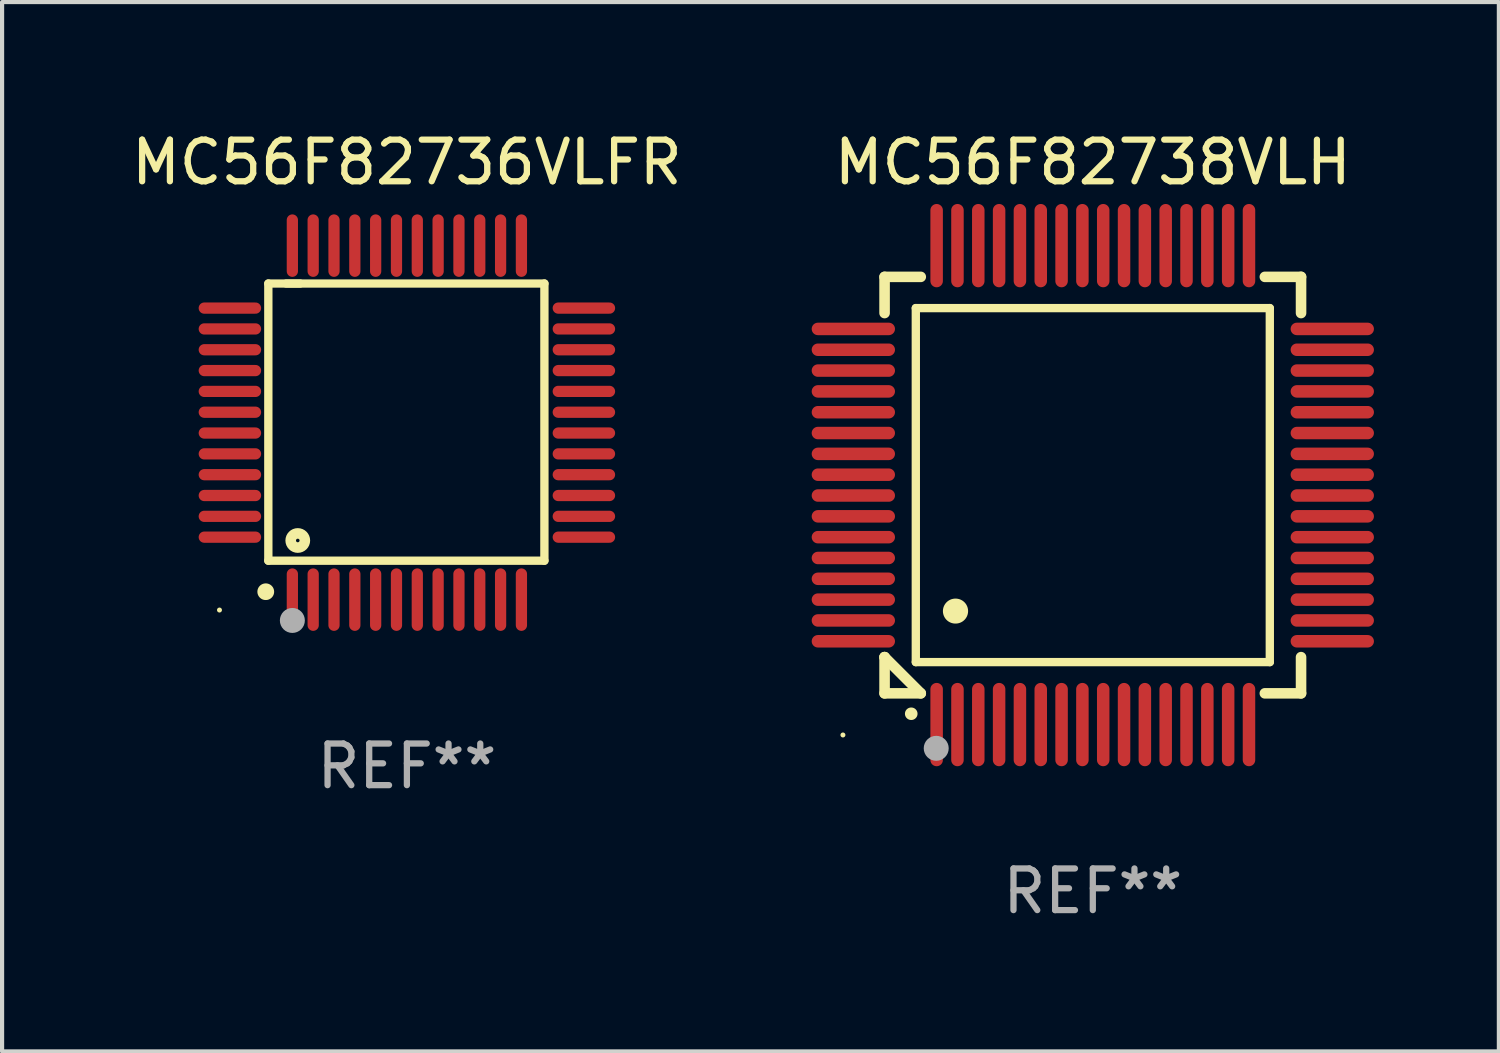
<source format=kicad_pcb>
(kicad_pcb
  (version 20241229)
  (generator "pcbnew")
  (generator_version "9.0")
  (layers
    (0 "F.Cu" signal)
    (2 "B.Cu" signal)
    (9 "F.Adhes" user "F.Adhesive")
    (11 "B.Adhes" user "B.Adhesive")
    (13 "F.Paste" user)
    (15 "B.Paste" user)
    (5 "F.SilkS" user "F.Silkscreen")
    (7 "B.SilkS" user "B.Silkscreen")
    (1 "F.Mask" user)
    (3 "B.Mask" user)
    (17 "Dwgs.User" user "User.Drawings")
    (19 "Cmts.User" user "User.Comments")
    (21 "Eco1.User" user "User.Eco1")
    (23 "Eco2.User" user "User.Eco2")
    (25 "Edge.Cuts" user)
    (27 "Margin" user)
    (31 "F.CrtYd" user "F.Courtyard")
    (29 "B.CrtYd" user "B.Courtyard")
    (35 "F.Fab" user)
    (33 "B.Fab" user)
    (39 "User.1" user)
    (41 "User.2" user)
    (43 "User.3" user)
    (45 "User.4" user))
  (footprint "MC56F82738VLH"
    (layer "F.Cu")
    (at 23.19 8.598)
    (property "Reference" "MC56F82738VLH" (at 0 -7.75 0) (layer "F.SilkS") (effects (font (size 1 1) (thickness 0.15))))
    (attr through_hole)
    (fp_line (start -5 -5) (end -4.131 -5) (stroke (width 0.254) (type solid)) (layer "F.SilkS"))
    (fp_line (start -5 -4.131) (end -5 -5) (stroke (width 0.254) (type solid)) (layer "F.SilkS"))
    (fp_line (start -5 4.131) (end -5 4.131) (stroke (width 0.254) (type solid)) (layer "F.SilkS"))
    (fp_line (start -5 5) (end -5 4.131) (stroke (width 0.254) (type solid)) (layer "F.SilkS"))
    (fp_line (start -5 4.131) (end -4.131 5) (stroke (width 0.254) (type solid)) (layer "F.SilkS"))
    (fp_line (start -4.25 -4.25) (end -4.25 4.25) (stroke (width 0.2) (type solid)) (layer "F.SilkS"))
    (fp_line (start -4.25 4.25) (end 4.25 4.25) (stroke (width 0.2) (type solid)) (layer "F.SilkS"))
    (fp_line (start -4.131 5) (end -5 5) (stroke (width 0.254) (type solid)) (layer "F.SilkS"))
    (fp_line (start 4.25 -4.25) (end -4.25 -4.25) (stroke (width 0.2) (type solid)) (layer "F.SilkS"))
    (fp_line (start 4.25 4.25) (end 4.25 -4.25) (stroke (width 0.2) (type solid)) (layer "F.SilkS"))
    (fp_line (start 5 -5) (end 4.131 -5) (stroke (width 0.254) (type solid)) (layer "F.SilkS"))
    (fp_line (start 5 -5) (end 5 -4.131) (stroke (width 0.254) (type solid)) (layer "F.SilkS"))
    (fp_line (start 5 4.131) (end 5 5) (stroke (width 0.254) (type solid)) (layer "F.SilkS"))
    (fp_line (start 5 5) (end 4.131 5) (stroke (width 0.254) (type solid)) (layer "F.SilkS"))
    (fp_arc (start -4.361265 5.489992) (mid -4.359995 5.489987) (end -4.358725 5.489992) (stroke (width 0.3) (type solid)) (layer "F.SilkS"))
    (fp_arc (start -3.299467 3.025146) (mid -3.296927 3.025135) (end -3.294387 3.025146) (stroke (width 0.6) (type solid)) (layer "F.SilkS"))
    (fp_circle (center -6 6) (end -5.97 6) (stroke (width 0.06) (type solid)) (fill no) (layer "F.SilkS"))
    (fp_circle (center -3.76 6.32) (end -3.61 6.32) (stroke (width 0.3) (type solid)) (fill no) (layer "F.Fab"))
    (fp_text user "REF**" (at 0 9.75 0) (layer "F.Fab") (effects (font (size 1 1) (thickness 0.15))))
    (pad "1" smd oval (at -3.75 5.75) (size 0.3 2) (layers "F.Cu" "F.Mask" "F.Paste"))
    (pad "2" smd oval (at -3.25 5.75) (size 0.3 2) (layers "F.Cu" "F.Mask" "F.Paste"))
    (pad "3" smd oval (at -2.75 5.75) (size 0.3 2) (layers "F.Cu" "F.Mask" "F.Paste"))
    (pad "4" smd oval (at -2.25 5.75) (size 0.3 2) (layers "F.Cu" "F.Mask" "F.Paste"))
    (pad "5" smd oval (at -1.75 5.75) (size 0.3 2) (layers "F.Cu" "F.Mask" "F.Paste"))
    (pad "6" smd oval (at -1.25 5.75) (size 0.3 2) (layers "F.Cu" "F.Mask" "F.Paste"))
    (pad "7" smd oval (at -0.75 5.75) (size 0.3 2) (layers "F.Cu" "F.Mask" "F.Paste"))
    (pad "8" smd oval (at -0.25 5.75) (size 0.3 2) (layers "F.Cu" "F.Mask" "F.Paste"))
    (pad "9" smd oval (at 0.25 5.75) (size 0.3 2) (layers "F.Cu" "F.Mask" "F.Paste"))
    (pad "10" smd oval (at 0.75 5.75) (size 0.3 2) (layers "F.Cu" "F.Mask" "F.Paste"))
    (pad "11" smd oval (at 1.25 5.75) (size 0.3 2) (layers "F.Cu" "F.Mask" "F.Paste"))
    (pad "12" smd oval (at 1.75 5.75) (size 0.3 2) (layers "F.Cu" "F.Mask" "F.Paste"))
    (pad "13" smd oval (at 2.25 5.75) (size 0.3 2) (layers "F.Cu" "F.Mask" "F.Paste"))
    (pad "14" smd oval (at 2.75 5.75) (size 0.3 2) (layers "F.Cu" "F.Mask" "F.Paste"))
    (pad "15" smd oval (at 3.25 5.75) (size 0.3 2) (layers "F.Cu" "F.Mask" "F.Paste"))
    (pad "16" smd oval (at 3.75 5.75) (size 0.3 2) (layers "F.Cu" "F.Mask" "F.Paste"))
    (pad "17" smd oval (at 5.75 3.75) (size 2 0.3) (layers "F.Cu" "F.Mask" "F.Paste"))
    (pad "18" smd oval (at 5.75 3.25) (size 2 0.3) (layers "F.Cu" "F.Mask" "F.Paste"))
    (pad "19" smd oval (at 5.75 2.75) (size 2 0.3) (layers "F.Cu" "F.Mask" "F.Paste"))
    (pad "20" smd oval (at 5.75 2.25) (size 2 0.3) (layers "F.Cu" "F.Mask" "F.Paste"))
    (pad "21" smd oval (at 5.75 1.75) (size 2 0.3) (layers "F.Cu" "F.Mask" "F.Paste"))
    (pad "22" smd oval (at 5.75 1.25) (size 2 0.3) (layers "F.Cu" "F.Mask" "F.Paste"))
    (pad "23" smd oval (at 5.75 0.75) (size 2 0.3) (layers "F.Cu" "F.Mask" "F.Paste"))
    (pad "24" smd oval (at 5.75 0.25) (size 2 0.3) (layers "F.Cu" "F.Mask" "F.Paste"))
    (pad "25" smd oval (at 5.75 -0.25) (size 2 0.3) (layers "F.Cu" "F.Mask" "F.Paste"))
    (pad "26" smd oval (at 5.75 -0.75) (size 2 0.3) (layers "F.Cu" "F.Mask" "F.Paste"))
    (pad "27" smd oval (at 5.75 -1.25) (size 2 0.3) (layers "F.Cu" "F.Mask" "F.Paste"))
    (pad "28" smd oval (at 5.75 -1.75) (size 2 0.3) (layers "F.Cu" "F.Mask" "F.Paste"))
    (pad "29" smd oval (at 5.75 -2.25) (size 2 0.3) (layers "F.Cu" "F.Mask" "F.Paste"))
    (pad "30" smd oval (at 5.75 -2.75) (size 2 0.3) (layers "F.Cu" "F.Mask" "F.Paste"))
    (pad "31" smd oval (at 5.75 -3.25) (size 2 0.3) (layers "F.Cu" "F.Mask" "F.Paste"))
    (pad "32" smd oval (at 5.75 -3.75) (size 2 0.3) (layers "F.Cu" "F.Mask" "F.Paste"))
    (pad "33" smd oval (at 3.75 -5.75) (size 0.3 2) (layers "F.Cu" "F.Mask" "F.Paste"))
    (pad "34" smd oval (at 3.25 -5.75) (size 0.3 2) (layers "F.Cu" "F.Mask" "F.Paste"))
    (pad "35" smd oval (at 2.75 -5.75) (size 0.3 2) (layers "F.Cu" "F.Mask" "F.Paste"))
    (pad "36" smd oval (at 2.25 -5.75) (size 0.3 2) (layers "F.Cu" "F.Mask" "F.Paste"))
    (pad "37" smd oval (at 1.75 -5.75) (size 0.3 2) (layers "F.Cu" "F.Mask" "F.Paste"))
    (pad "38" smd oval (at 1.25 -5.75) (size 0.3 2) (layers "F.Cu" "F.Mask" "F.Paste"))
    (pad "39" smd oval (at 0.75 -5.75) (size 0.3 2) (layers "F.Cu" "F.Mask" "F.Paste"))
    (pad "40" smd oval (at 0.25 -5.75) (size 0.3 2) (layers "F.Cu" "F.Mask" "F.Paste"))
    (pad "41" smd oval (at -0.25 -5.75) (size 0.3 2) (layers "F.Cu" "F.Mask" "F.Paste"))
    (pad "42" smd oval (at -0.75 -5.75) (size 0.3 2) (layers "F.Cu" "F.Mask" "F.Paste"))
    (pad "43" smd oval (at -1.25 -5.75) (size 0.3 2) (layers "F.Cu" "F.Mask" "F.Paste"))
    (pad "44" smd oval (at -1.75 -5.75) (size 0.3 2) (layers "F.Cu" "F.Mask" "F.Paste"))
    (pad "45" smd oval (at -2.25 -5.75) (size 0.3 2) (layers "F.Cu" "F.Mask" "F.Paste"))
    (pad "46" smd oval (at -2.75 -5.75) (size 0.3 2) (layers "F.Cu" "F.Mask" "F.Paste"))
    (pad "47" smd oval (at -3.25 -5.75) (size 0.3 2) (layers "F.Cu" "F.Mask" "F.Paste"))
    (pad "48" smd oval (at -3.75 -5.75) (size 0.3 2) (layers "F.Cu" "F.Mask" "F.Paste"))
    (pad "49" smd oval (at -5.75 -3.75) (size 2 0.3) (layers "F.Cu" "F.Mask" "F.Paste"))
    (pad "50" smd oval (at -5.75 -3.25) (size 2 0.3) (layers "F.Cu" "F.Mask" "F.Paste"))
    (pad "51" smd oval (at -5.75 -2.75) (size 2 0.3) (layers "F.Cu" "F.Mask" "F.Paste"))
    (pad "52" smd oval (at -5.75 -2.25) (size 2 0.3) (layers "F.Cu" "F.Mask" "F.Paste"))
    (pad "53" smd oval (at -5.75 -1.75) (size 2 0.3) (layers "F.Cu" "F.Mask" "F.Paste"))
    (pad "54" smd oval (at -5.75 -1.25) (size 2 0.3) (layers "F.Cu" "F.Mask" "F.Paste"))
    (pad "55" smd oval (at -5.75 -0.75) (size 2 0.3) (layers "F.Cu" "F.Mask" "F.Paste"))
    (pad "56" smd oval (at -5.75 -0.25) (size 2 0.3) (layers "F.Cu" "F.Mask" "F.Paste"))
    (pad "57" smd oval (at -5.75 0.25) (size 2 0.3) (layers "F.Cu" "F.Mask" "F.Paste"))
    (pad "58" smd oval (at -5.75 0.75) (size 2 0.3) (layers "F.Cu" "F.Mask" "F.Paste"))
    (pad "59" smd oval (at -5.75 1.25) (size 2 0.3) (layers "F.Cu" "F.Mask" "F.Paste"))
    (pad "60" smd oval (at -5.75 1.75) (size 2 0.3) (layers "F.Cu" "F.Mask" "F.Paste"))
    (pad "61" smd oval (at -5.75 2.25) (size 2 0.3) (layers "F.Cu" "F.Mask" "F.Paste"))
    (pad "62" smd oval (at -5.75 2.75) (size 2 0.3) (layers "F.Cu" "F.Mask" "F.Paste"))
    (pad "63" smd oval (at -5.75 3.25) (size 2 0.3) (layers "F.Cu" "F.Mask" "F.Paste"))
    (pad "64" smd oval (at -5.75 3.75) (size 2 0.3) (layers "F.Cu" "F.Mask" "F.Paste")))
  (footprint "MC56F82736VLFR"
    (layer "F.Cu")
    (at 6.72 7.098)
    (property "Reference" "MC56F82736VLFR" (at 0 -6.25 0) (layer "F.SilkS") (effects (font (size 1 1) (thickness 0.15))))
    (attr through_hole)
    (fp_line (start -3.327 -3.34) (end -2.565 -3.34) (stroke (width 0.2) (type solid)) (layer "F.SilkS"))
    (fp_line (start -3.327 3.315) (end -3.327 -3.34) (stroke (width 0.2) (type solid)) (layer "F.SilkS"))
    (fp_line (start -2.896 -3.34) (end 3.302 -3.34) (stroke (width 0.2) (type solid)) (layer "F.SilkS"))
    (fp_line (start 3.302 -3.34) (end 3.302 3.315) (stroke (width 0.2) (type solid)) (layer "F.SilkS"))
    (fp_line (start 3.302 3.315) (end -3.327 3.315) (stroke (width 0.2) (type solid)) (layer "F.SilkS"))
    (fp_arc (start -3.389992 4.059995) (mid -3.388722 4.059991) (end -3.387452 4.059995) (stroke (width 0.4) (type solid)) (layer "F.SilkS"))
    (fp_circle (center -4.5 4.5) (end -4.47 4.5) (stroke (width 0.06) (type solid)) (fill no) (layer "F.SilkS"))
    (fp_circle (center -2.62 2.83) (end -2.45 2.83) (stroke (width 0.254) (type solid)) (fill no) (layer "F.SilkS"))
    (fp_circle (center -2.75 4.75) (end -2.6 4.75) (stroke (width 0.3) (type solid)) (fill no) (layer "F.Fab"))
    (fp_text user "REF**" (at 0 8.25 0) (layer "F.Fab") (effects (font (size 1 1) (thickness 0.15))))
    (pad "1" smd oval (at -2.75 4.25) (size 0.27 1.5) (layers "F.Cu" "F.Mask" "F.Paste"))
    (pad "2" smd oval (at -2.25 4.25) (size 0.27 1.5) (layers "F.Cu" "F.Mask" "F.Paste"))
    (pad "3" smd oval (at -1.75 4.25) (size 0.27 1.5) (layers "F.Cu" "F.Mask" "F.Paste"))
    (pad "4" smd oval (at -1.25 4.25) (size 0.27 1.5) (layers "F.Cu" "F.Mask" "F.Paste"))
    (pad "5" smd oval (at -0.75 4.25) (size 0.27 1.5) (layers "F.Cu" "F.Mask" "F.Paste"))
    (pad "6" smd oval (at -0.25 4.25) (size 0.27 1.5) (layers "F.Cu" "F.Mask" "F.Paste"))
    (pad "7" smd oval (at 0.25 4.25) (size 0.27 1.5) (layers "F.Cu" "F.Mask" "F.Paste"))
    (pad "8" smd oval (at 0.75 4.25) (size 0.27 1.5) (layers "F.Cu" "F.Mask" "F.Paste"))
    (pad "9" smd oval (at 1.25 4.25) (size 0.27 1.5) (layers "F.Cu" "F.Mask" "F.Paste"))
    (pad "10" smd oval (at 1.75 4.25) (size 0.27 1.5) (layers "F.Cu" "F.Mask" "F.Paste"))
    (pad "11" smd oval (at 2.25 4.25) (size 0.27 1.5) (layers "F.Cu" "F.Mask" "F.Paste"))
    (pad "12" smd oval (at 2.75 4.25) (size 0.27 1.5) (layers "F.Cu" "F.Mask" "F.Paste"))
    (pad "13" smd oval (at 4.25 2.75) (size 1.5 0.27) (layers "F.Cu" "F.Mask" "F.Paste"))
    (pad "14" smd oval (at 4.25 2.25) (size 1.5 0.27) (layers "F.Cu" "F.Mask" "F.Paste"))
    (pad "15" smd oval (at 4.25 1.75) (size 1.5 0.27) (layers "F.Cu" "F.Mask" "F.Paste"))
    (pad "16" smd oval (at 4.25 1.25) (size 1.5 0.27) (layers "F.Cu" "F.Mask" "F.Paste"))
    (pad "17" smd oval (at 4.25 0.75) (size 1.5 0.27) (layers "F.Cu" "F.Mask" "F.Paste"))
    (pad "18" smd oval (at 4.25 0.25) (size 1.5 0.27) (layers "F.Cu" "F.Mask" "F.Paste"))
    (pad "19" smd oval (at 4.25 -0.25) (size 1.5 0.27) (layers "F.Cu" "F.Mask" "F.Paste"))
    (pad "20" smd oval (at 4.25 -0.75) (size 1.5 0.27) (layers "F.Cu" "F.Mask" "F.Paste"))
    (pad "21" smd oval (at 4.25 -1.25) (size 1.5 0.27) (layers "F.Cu" "F.Mask" "F.Paste"))
    (pad "22" smd oval (at 4.25 -1.75) (size 1.5 0.27) (layers "F.Cu" "F.Mask" "F.Paste"))
    (pad "23" smd oval (at 4.25 -2.25) (size 1.5 0.27) (layers "F.Cu" "F.Mask" "F.Paste"))
    (pad "24" smd oval (at 4.25 -2.75) (size 1.5 0.27) (layers "F.Cu" "F.Mask" "F.Paste"))
    (pad "25" smd oval (at 2.75 -4.25) (size 0.27 1.5) (layers "F.Cu" "F.Mask" "F.Paste"))
    (pad "26" smd oval (at 2.25 -4.25) (size 0.27 1.5) (layers "F.Cu" "F.Mask" "F.Paste"))
    (pad "27" smd oval (at 1.75 -4.25) (size 0.27 1.5) (layers "F.Cu" "F.Mask" "F.Paste"))
    (pad "28" smd oval (at 1.25 -4.25) (size 0.27 1.5) (layers "F.Cu" "F.Mask" "F.Paste"))
    (pad "29" smd oval (at 0.75 -4.25) (size 0.27 1.5) (layers "F.Cu" "F.Mask" "F.Paste"))
    (pad "30" smd oval (at 0.25 -4.25) (size 0.27 1.5) (layers "F.Cu" "F.Mask" "F.Paste"))
    (pad "31" smd oval (at -0.25 -4.25) (size 0.27 1.5) (layers "F.Cu" "F.Mask" "F.Paste"))
    (pad "32" smd oval (at -0.75 -4.25) (size 0.27 1.5) (layers "F.Cu" "F.Mask" "F.Paste"))
    (pad "33" smd oval (at -1.25 -4.25) (size 0.27 1.5) (layers "F.Cu" "F.Mask" "F.Paste"))
    (pad "34" smd oval (at -1.75 -4.25) (size 0.27 1.5) (layers "F.Cu" "F.Mask" "F.Paste"))
    (pad "35" smd oval (at -2.25 -4.25) (size 0.27 1.5) (layers "F.Cu" "F.Mask" "F.Paste"))
    (pad "36" smd oval (at -2.75 -4.25) (size 0.27 1.5) (layers "F.Cu" "F.Mask" "F.Paste"))
    (pad "37" smd oval (at -4.25 -2.75) (size 1.5 0.27) (layers "F.Cu" "F.Mask" "F.Paste"))
    (pad "38" smd oval (at -4.25 -2.25) (size 1.5 0.27) (layers "F.Cu" "F.Mask" "F.Paste"))
    (pad "39" smd oval (at -4.25 -1.75) (size 1.5 0.27) (layers "F.Cu" "F.Mask" "F.Paste"))
    (pad "40" smd oval (at -4.25 -1.25) (size 1.5 0.27) (layers "F.Cu" "F.Mask" "F.Paste"))
    (pad "41" smd oval (at -4.25 -0.75) (size 1.5 0.27) (layers "F.Cu" "F.Mask" "F.Paste"))
    (pad "42" smd oval (at -4.25 -0.25) (size 1.5 0.27) (layers "F.Cu" "F.Mask" "F.Paste"))
    (pad "43" smd oval (at -4.25 0.25) (size 1.5 0.27) (layers "F.Cu" "F.Mask" "F.Paste"))
    (pad "44" smd oval (at -4.25 0.75) (size 1.5 0.27) (layers "F.Cu" "F.Mask" "F.Paste"))
    (pad "45" smd oval (at -4.25 1.25) (size 1.5 0.27) (layers "F.Cu" "F.Mask" "F.Paste"))
    (pad "46" smd oval (at -4.25 1.75) (size 1.5 0.27) (layers "F.Cu" "F.Mask" "F.Paste"))
    (pad "47" smd oval (at -4.25 2.25) (size 1.5 0.27) (layers "F.Cu" "F.Mask" "F.Paste"))
    (pad "48" smd oval (at -4.25 2.75) (size 1.5 0.27) (layers "F.Cu" "F.Mask" "F.Paste")))
  (gr_rect
    (start -3 -3)
    (end 32.94 22.196)
    (stroke (width 0.1) (type default))
    (fill no)
    (layer "Edge.Cuts")))
</source>
